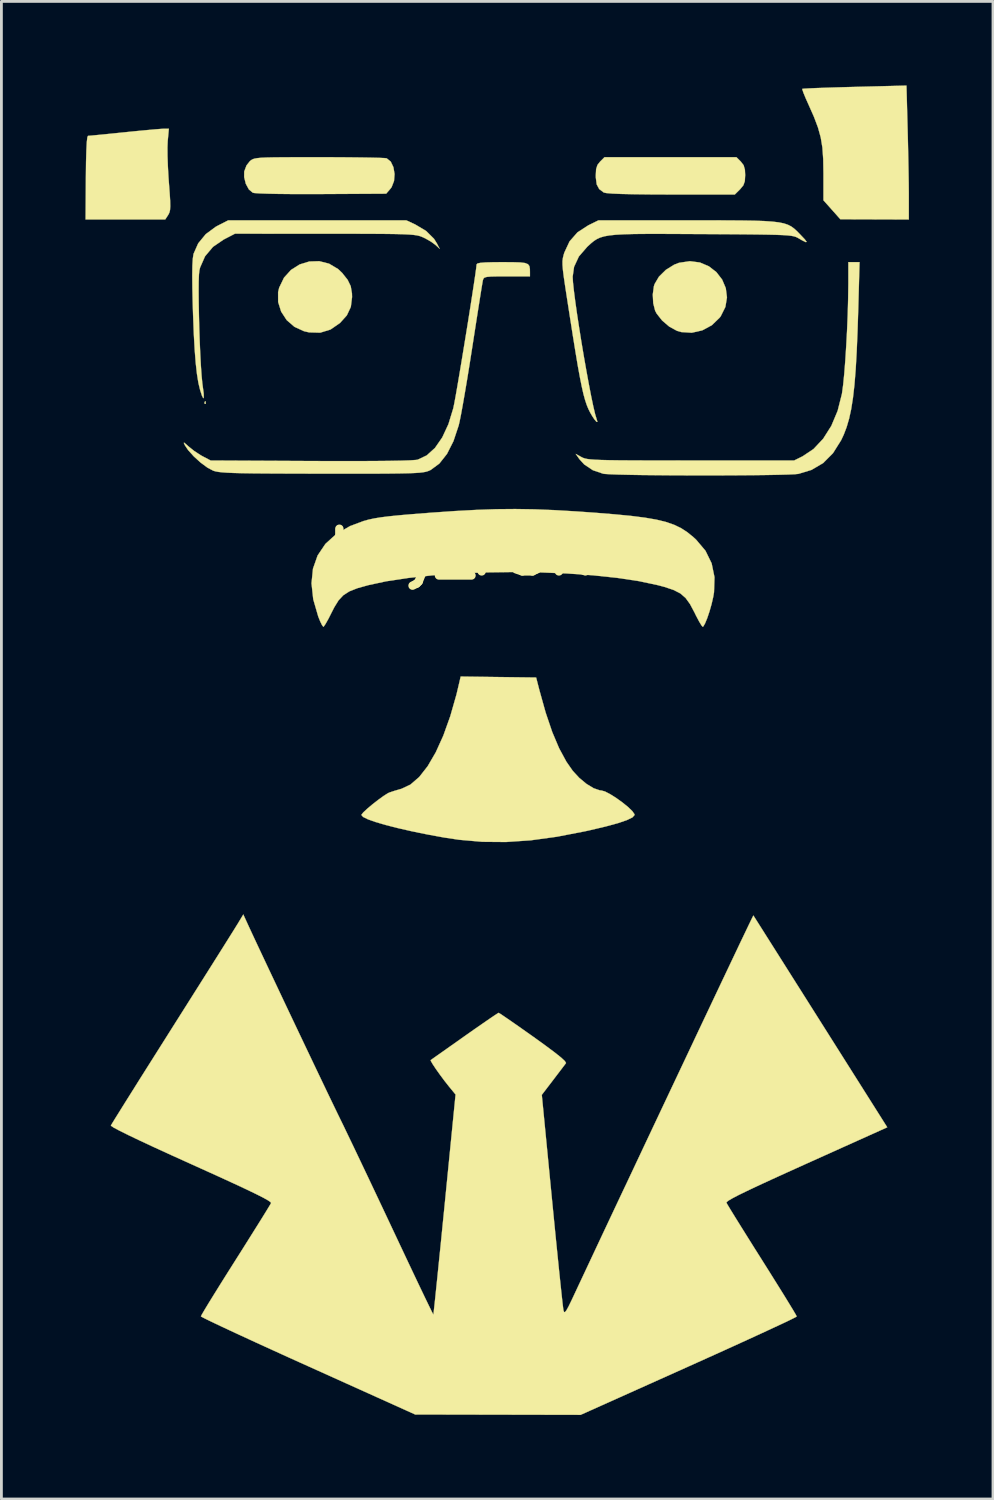
<source format=kicad_pcb>
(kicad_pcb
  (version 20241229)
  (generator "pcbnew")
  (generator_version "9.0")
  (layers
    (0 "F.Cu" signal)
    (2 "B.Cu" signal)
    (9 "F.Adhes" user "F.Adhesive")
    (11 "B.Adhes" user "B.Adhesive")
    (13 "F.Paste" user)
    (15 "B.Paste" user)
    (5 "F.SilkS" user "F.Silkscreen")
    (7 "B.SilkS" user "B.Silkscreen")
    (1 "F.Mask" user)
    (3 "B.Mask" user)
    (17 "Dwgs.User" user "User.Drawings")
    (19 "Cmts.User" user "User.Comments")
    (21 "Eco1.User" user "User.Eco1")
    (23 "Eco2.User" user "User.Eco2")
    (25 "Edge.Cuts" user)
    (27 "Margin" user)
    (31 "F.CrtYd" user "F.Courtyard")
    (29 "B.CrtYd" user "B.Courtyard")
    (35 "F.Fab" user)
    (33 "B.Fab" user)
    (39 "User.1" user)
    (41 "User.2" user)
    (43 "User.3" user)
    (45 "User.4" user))
  (footprint "boy_FSilk3"
    (layer "F.Cu")
    (at 14.725 16.659)
    (property "Reference" "boy_FSilk3" (at 0 0 0) (layer "F.SilkS") (effects (font (size 1.524 1.524) (thickness 0.3))))
    (attr through_hole)
    (fp_poly (pts (xy -10.435 -5.376) (xy -10.428 -5.301) (xy -10.435 -5.292) (xy -10.473 -5.3) (xy -10.477 -5.334) (xy -10.454 -5.386) (xy -10.435 -5.376)) (stroke (width 0.01) (type solid)) (fill yes) (layer "F.SilkS"))
    (fp_poly (pts (xy -6.027 -10.296) (xy -5.705 -10.104) (xy -5.561 -9.967) (xy -5.365 -9.72) (xy -5.255 -9.494) (xy -5.211 -9.237) (xy -5.207 -9.106) (xy -5.251 -8.753) (xy -5.393 -8.452) (xy -5.637 -8.18) (xy -5.978 -7.945) (xy -6.344 -7.833) (xy -6.742 -7.844) (xy -6.921 -7.885) (xy -7.263 -8.041) (xy -7.541 -8.282) (xy -7.739 -8.586) (xy -7.846 -8.927) (xy -7.847 -9.282) (xy -7.809 -9.441) (xy -7.636 -9.798) (xy -7.385 -10.075) (xy -7.078 -10.269) (xy -6.734 -10.374) (xy -6.377 -10.385) (xy -6.027 -10.296)) (stroke (width 0.01) (type solid)) (fill yes) (layer "F.SilkS"))
    (fp_poly (pts (xy 8.671 -13.941) (xy 8.771 -13.811) (xy 8.817 -13.65) (xy 8.826 -13.46) (xy 8.814 -13.243) (xy 8.762 -13.095) (xy 8.649 -12.958) (xy 8.641 -12.949) (xy 8.455 -12.764) (xy 6.18 -12.765) (xy 5.466 -12.768) (xy 4.877 -12.775) (xy 4.415 -12.785) (xy 4.077 -12.799) (xy 3.863 -12.818) (xy 3.778 -12.837) (xy 3.615 -12.96) (xy 3.526 -13.127) (xy 3.494 -13.373) (xy 3.493 -13.445) (xy 3.505 -13.671) (xy 3.553 -13.821) (xy 3.648 -13.941) (xy 3.804 -14.097) (xy 8.515 -14.097) (xy 8.671 -13.941)) (stroke (width 0.01) (type solid)) (fill yes) (layer "F.SilkS"))
    (fp_poly (pts (xy 7.212 -10.338) (xy 7.531 -10.202) (xy 7.799 -9.994) (xy 8.004 -9.729) (xy 8.134 -9.423) (xy 8.176 -9.092) (xy 8.12 -8.753) (xy 7.954 -8.42) (xy 7.918 -8.372) (xy 7.636 -8.099) (xy 7.294 -7.916) (xy 6.92 -7.831) (xy 6.544 -7.855) (xy 6.39 -7.9) (xy 6.118 -8.048) (xy 5.862 -8.267) (xy 5.666 -8.515) (xy 5.612 -8.618) (xy 5.544 -8.884) (xy 5.528 -9.197) (xy 5.567 -9.488) (xy 5.592 -9.568) (xy 5.749 -9.834) (xy 5.995 -10.076) (xy 6.292 -10.261) (xy 6.466 -10.328) (xy 6.853 -10.385) (xy 7.212 -10.338)) (stroke (width 0.01) (type solid)) (fill yes) (layer "F.SilkS"))
    (fp_poly (pts (xy 14.626 -15.074) (xy 14.638 -14.58) (xy 14.649 -14.076) (xy 14.658 -13.592) (xy 14.665 -13.16) (xy 14.668 -12.809) (xy 14.668 -12.684) (xy 14.668 -11.874) (xy 13.446 -11.878) (xy 12.224 -11.882) (xy 11.922 -12.221) (xy 11.62 -12.56) (xy 11.62 -13.528) (xy 11.612 -14.028) (xy 11.583 -14.441) (xy 11.523 -14.805) (xy 11.425 -15.158) (xy 11.281 -15.54) (xy 11.097 -15.955) (xy 10.989 -16.196) (xy 10.909 -16.389) (xy 10.867 -16.51) (xy 10.865 -16.536) (xy 10.932 -16.544) (xy 11.111 -16.554) (xy 11.384 -16.566) (xy 11.736 -16.578) (xy 12.151 -16.591) (xy 12.613 -16.604) (xy 12.737 -16.607) (xy 14.584 -16.654) (xy 14.626 -15.074)) (stroke (width 0.01) (type solid)) (fill yes) (layer "F.SilkS"))
    (fp_poly (pts (xy -11.788 -14.673) (xy -11.797 -14.451) (xy -11.795 -14.139) (xy -11.782 -13.77) (xy -11.76 -13.381) (xy -11.748 -13.214) (xy -11.719 -12.828) (xy -11.701 -12.547) (xy -11.697 -12.35) (xy -11.705 -12.216) (xy -11.727 -12.123) (xy -11.762 -12.051) (xy -11.772 -12.035) (xy -11.877 -11.874) (xy -14.72 -11.874) (xy -14.71 -13.366) (xy -14.704 -13.912) (xy -14.692 -14.335) (xy -14.677 -14.634) (xy -14.656 -14.809) (xy -14.634 -14.859) (xy -14.553 -14.865) (xy -14.366 -14.883) (xy -14.094 -14.909) (xy -13.757 -14.943) (xy -13.376 -14.982) (xy -13.335 -14.986) (xy -12.941 -15.026) (xy -12.581 -15.06) (xy -12.276 -15.088) (xy -12.051 -15.106) (xy -11.928 -15.113) (xy -11.924 -15.113) (xy -11.747 -15.113) (xy -11.788 -14.673)) (stroke (width 0.01) (type solid)) (fill yes) (layer "F.SilkS"))
    (fp_poly (pts (xy -5.851 -14.096) (xy -5.356 -14.093) (xy -4.914 -14.088) (xy -4.539 -14.082) (xy -4.247 -14.075) (xy -4.053 -14.066) (xy -3.972 -14.058) (xy -3.826 -13.94) (xy -3.731 -13.741) (xy -3.69 -13.498) (xy -3.709 -13.25) (xy -3.793 -13.033) (xy -3.836 -12.973) (xy -3.989 -12.795) (xy -6.297 -12.782) (xy -6.867 -12.781) (xy -7.386 -12.782) (xy -7.842 -12.787) (xy -8.219 -12.795) (xy -8.506 -12.805) (xy -8.69 -12.818) (xy -8.75 -12.829) (xy -8.891 -12.947) (xy -9 -13.147) (xy -9.059 -13.386) (xy -9.057 -13.586) (xy -8.976 -13.803) (xy -8.857 -13.954) (xy -8.812 -13.991) (xy -8.762 -14.021) (xy -8.696 -14.045) (xy -8.599 -14.063) (xy -8.458 -14.077) (xy -8.262 -14.086) (xy -7.996 -14.092) (xy -7.647 -14.095) (xy -7.203 -14.097) (xy -6.65 -14.097) (xy -6.383 -14.097) (xy -5.851 -14.096)) (stroke (width 0.01) (type solid)) (fill yes) (layer "F.SilkS"))
    (fp_poly (pts (xy 0.017 4.46) (xy 1.364 4.477) (xy 1.478 4.921) (xy 1.704 5.73) (xy 1.938 6.421) (xy 2.184 7.002) (xy 2.444 7.483) (xy 2.67 7.807) (xy 2.903 8.06) (xy 3.161 8.274) (xy 3.416 8.429) (xy 3.637 8.505) (xy 3.69 8.509) (xy 3.821 8.545) (xy 4.008 8.642) (xy 4.225 8.779) (xy 4.446 8.938) (xy 4.645 9.1) (xy 4.796 9.245) (xy 4.873 9.355) (xy 4.878 9.385) (xy 4.803 9.47) (xy 4.606 9.566) (xy 4.287 9.675) (xy 3.843 9.796) (xy 3.275 9.93) (xy 3.121 9.964) (xy 2.102 10.161) (xy 1.166 10.289) (xy 0.287 10.349) (xy -0.556 10.342) (xy -1.389 10.269) (xy -1.926 10.188) (xy -2.52 10.079) (xy -3.072 9.966) (xy -3.573 9.852) (xy -4.009 9.741) (xy -4.369 9.635) (xy -4.641 9.539) (xy -4.813 9.454) (xy -4.874 9.385) (xy -4.872 9.376) (xy -4.809 9.295) (xy -4.669 9.164) (xy -4.483 9.007) (xy -4.278 8.847) (xy -4.084 8.706) (xy -3.929 8.608) (xy -3.873 8.582) (xy -3.709 8.527) (xy -3.499 8.465) (xy -3.447 8.451) (xy -3.125 8.3) (xy -2.811 8.029) (xy -2.509 7.644) (xy -2.221 7.15) (xy -1.951 6.555) (xy -1.703 5.863) (xy -1.48 5.083) (xy -1.37 4.618) (xy -1.33 4.442) (xy 0.017 4.46)) (stroke (width 0.01) (type solid)) (fill yes) (layer "F.SilkS"))
    (fp_poly (pts (xy -2.953 -11.696) (xy -2.567 -11.467) (xy -2.282 -11.185) (xy -2.177 -11.017) (xy -2.079 -10.827) (xy -2.23 -10.966) (xy -2.382 -11.078) (xy -2.586 -11.195) (xy -2.667 -11.234) (xy -2.735 -11.263) (xy -2.809 -11.288) (xy -2.898 -11.308) (xy -3.015 -11.324) (xy -3.17 -11.337) (xy -3.376 -11.347) (xy -3.642 -11.354) (xy -3.981 -11.359) (xy -4.404 -11.362) (xy -4.921 -11.364) (xy -5.545 -11.365) (xy -6.17 -11.365) (xy -9.387 -11.367) (xy -9.789 -11.159) (xy -10.172 -10.897) (xy -10.455 -10.561) (xy -10.632 -10.159) (xy -10.657 -10.057) (xy -10.673 -9.906) (xy -10.682 -9.649) (xy -10.684 -9.307) (xy -10.681 -8.9) (xy -10.673 -8.451) (xy -10.661 -7.98) (xy -10.645 -7.507) (xy -10.625 -7.054) (xy -10.603 -6.641) (xy -10.578 -6.29) (xy -10.552 -6.022) (xy -10.539 -5.927) (xy -10.504 -5.668) (xy -10.499 -5.523) (xy -10.519 -5.492) (xy -10.565 -5.581) (xy -10.632 -5.788) (xy -10.693 -6.041) (xy -10.744 -6.358) (xy -10.788 -6.748) (xy -10.825 -7.225) (xy -10.857 -7.799) (xy -10.883 -8.483) (xy -10.895 -8.858) (xy -10.908 -9.429) (xy -10.912 -9.883) (xy -10.907 -10.229) (xy -10.892 -10.478) (xy -10.868 -10.638) (xy -10.865 -10.649) (xy -10.7 -11.021) (xy -10.43 -11.35) (xy -10.075 -11.613) (xy -10.003 -11.652) (xy -9.629 -11.843) (xy -3.27 -11.843) (xy -2.953 -11.696)) (stroke (width 0.01) (type solid)) (fill yes) (layer "F.SilkS"))
    (fp_poly (pts (xy 12.865 -8.747) (xy 12.838 -7.893) (xy 12.807 -7.153) (xy 12.771 -6.517) (xy 12.727 -5.972) (xy 12.674 -5.505) (xy 12.611 -5.106) (xy 12.536 -4.762) (xy 12.448 -4.462) (xy 12.345 -4.192) (xy 12.253 -3.996) (xy 11.962 -3.533) (xy 11.611 -3.18) (xy 11.193 -2.934) (xy 10.728 -2.793) (xy 10.593 -2.78) (xy 10.348 -2.769) (xy 10.006 -2.76) (xy 9.584 -2.752) (xy 9.097 -2.746) (xy 8.559 -2.742) (xy 7.987 -2.739) (xy 7.396 -2.738) (xy 6.801 -2.739) (xy 6.217 -2.741) (xy 5.66 -2.746) (xy 5.145 -2.751) (xy 4.687 -2.759) (xy 4.302 -2.768) (xy 4.006 -2.779) (xy 3.813 -2.791) (xy 3.758 -2.798) (xy 3.392 -2.922) (xy 3.081 -3.129) (xy 2.913 -3.313) (xy 2.777 -3.505) (xy 2.992 -3.387) (xy 3.043 -3.363) (xy 3.106 -3.342) (xy 3.191 -3.324) (xy 3.307 -3.31) (xy 3.466 -3.298) (xy 3.676 -3.289) (xy 3.949 -3.282) (xy 4.295 -3.277) (xy 4.723 -3.274) (xy 5.245 -3.272) (xy 5.869 -3.271) (xy 6.607 -3.27) (xy 6.89 -3.27) (xy 10.573 -3.27) (xy 10.871 -3.417) (xy 11.264 -3.679) (xy 11.61 -4.047) (xy 11.901 -4.506) (xy 12.127 -5.043) (xy 12.278 -5.641) (xy 12.285 -5.683) (xy 12.324 -5.972) (xy 12.363 -6.364) (xy 12.4 -6.833) (xy 12.433 -7.357) (xy 12.463 -7.909) (xy 12.486 -8.467) (xy 12.501 -9.005) (xy 12.508 -9.499) (xy 12.509 -9.573) (xy 12.509 -10.351) (xy 12.909 -10.351) (xy 12.865 -8.747)) (stroke (width 0.01) (type solid)) (fill yes) (layer "F.SilkS"))
    (fp_poly (pts (xy 1.307 -1.527) (xy 2.032 -1.498) (xy 2.825 -1.451) (xy 3.461 -1.406) (xy 4.165 -1.349) (xy 4.757 -1.292) (xy 5.251 -1.229) (xy 5.662 -1.158) (xy 6.004 -1.074) (xy 6.292 -0.974) (xy 6.54 -0.854) (xy 6.762 -0.709) (xy 6.975 -0.536) (xy 7.074 -0.445) (xy 7.41 -0.047) (xy 7.629 0.401) (xy 7.731 0.895) (xy 7.714 1.431) (xy 7.686 1.598) (xy 7.627 1.856) (xy 7.552 2.119) (xy 7.471 2.359) (xy 7.394 2.546) (xy 7.333 2.653) (xy 7.311 2.667) (xy 7.264 2.614) (xy 7.179 2.471) (xy 7.07 2.265) (xy 7.014 2.15) (xy 6.857 1.855) (xy 6.699 1.637) (xy 6.512 1.475) (xy 6.269 1.351) (xy 5.943 1.242) (xy 5.71 1.18) (xy 5.033 1.036) (xy 4.252 0.919) (xy 3.389 0.828) (xy 2.464 0.763) (xy 1.499 0.724) (xy 0.512 0.712) (xy -0.473 0.725) (xy -1.437 0.765) (xy -2.359 0.832) (xy -3.218 0.925) (xy -3.994 1.043) (xy -4.63 1.18) (xy -5.016 1.288) (xy -5.302 1.401) (xy -5.518 1.539) (xy -5.689 1.722) (xy -5.843 1.971) (xy -5.934 2.15) (xy -6.049 2.378) (xy -6.148 2.555) (xy -6.215 2.654) (xy -6.231 2.667) (xy -6.276 2.612) (xy -6.346 2.47) (xy -6.414 2.302) (xy -6.593 1.685) (xy -6.655 1.113) (xy -6.602 0.59) (xy -6.436 0.119) (xy -6.158 -0.294) (xy -5.772 -0.645) (xy -5.279 -0.929) (xy -4.794 -1.111) (xy -4.615 -1.16) (xy -4.414 -1.203) (xy -4.173 -1.242) (xy -3.875 -1.279) (xy -3.505 -1.316) (xy -3.043 -1.356) (xy -2.473 -1.4) (xy -2.413 -1.405) (xy -1.547 -1.465) (xy -0.775 -1.507) (xy -0.063 -1.532) (xy 0.62 -1.538) (xy 1.307 -1.527)) (stroke (width 0.01) (type solid)) (fill yes) (layer "F.SilkS"))
    (fp_poly (pts (xy 7.521 -11.843) (xy 8.163 -11.842) (xy 8.7 -11.838) (xy 9.144 -11.831) (xy 9.505 -11.818) (xy 9.796 -11.798) (xy 10.026 -11.771) (xy 10.208 -11.734) (xy 10.351 -11.686) (xy 10.469 -11.626) (xy 10.571 -11.552) (xy 10.669 -11.463) (xy 10.773 -11.357) (xy 10.795 -11.334) (xy 10.956 -11.164) (xy 11.021 -11.076) (xy 10.99 -11.065) (xy 10.861 -11.128) (xy 10.751 -11.192) (xy 10.695 -11.224) (xy 10.637 -11.251) (xy 10.566 -11.273) (xy 10.471 -11.291) (xy 10.342 -11.306) (xy 10.166 -11.317) (xy 9.932 -11.326) (xy 9.631 -11.333) (xy 9.251 -11.339) (xy 8.78 -11.344) (xy 8.208 -11.348) (xy 7.523 -11.352) (xy 7.271 -11.353) (xy 6.509 -11.357) (xy 5.864 -11.36) (xy 5.323 -11.36) (xy 4.875 -11.356) (xy 4.51 -11.346) (xy 4.217 -11.33) (xy 3.983 -11.306) (xy 3.799 -11.273) (xy 3.652 -11.23) (xy 3.532 -11.175) (xy 3.427 -11.107) (xy 3.327 -11.026) (xy 3.22 -10.929) (xy 3.185 -10.896) (xy 2.89 -10.554) (xy 2.718 -10.184) (xy 2.668 -9.832) (xy 2.679 -9.633) (xy 2.711 -9.334) (xy 2.76 -8.952) (xy 2.823 -8.507) (xy 2.898 -8.018) (xy 2.98 -7.503) (xy 3.068 -6.98) (xy 3.158 -6.47) (xy 3.246 -5.991) (xy 3.329 -5.561) (xy 3.405 -5.199) (xy 3.47 -4.924) (xy 3.521 -4.754) (xy 3.524 -4.747) (xy 3.552 -4.649) (xy 3.521 -4.649) (xy 3.446 -4.736) (xy 3.369 -4.851) (xy 3.296 -4.976) (xy 3.23 -5.107) (xy 3.169 -5.255) (xy 3.111 -5.431) (xy 3.052 -5.646) (xy 2.992 -5.911) (xy 2.927 -6.237) (xy 2.854 -6.635) (xy 2.773 -7.117) (xy 2.68 -7.693) (xy 2.573 -8.374) (xy 2.47 -9.037) (xy 2.402 -9.478) (xy 2.353 -9.814) (xy 2.321 -10.064) (xy 2.306 -10.249) (xy 2.305 -10.387) (xy 2.319 -10.5) (xy 2.345 -10.607) (xy 2.369 -10.688) (xy 2.557 -11.092) (xy 2.841 -11.416) (xy 3.224 -11.664) (xy 3.588 -11.843) (xy 6.763 -11.843) (xy 7.521 -11.843)) (stroke (width 0.01) (type solid)) (fill yes) (layer "F.SilkS"))
    (fp_poly (pts (xy 0.526 -10.349) (xy 0.792 -10.341) (xy 0.968 -10.32) (xy 1.072 -10.278) (xy 1.124 -10.209) (xy 1.141 -10.107) (xy 1.143 -9.996) (xy 1.143 -9.842) (xy 0.319 -9.842) (xy -0.018 -9.842) (xy -0.249 -9.837) (xy -0.395 -9.824) (xy -0.478 -9.8) (xy -0.518 -9.761) (xy -0.537 -9.705) (xy -0.538 -9.7) (xy -0.555 -9.606) (xy -0.589 -9.401) (xy -0.637 -9.101) (xy -0.697 -8.721) (xy -0.767 -8.276) (xy -0.844 -7.781) (xy -0.923 -7.271) (xy -1.009 -6.724) (xy -1.094 -6.198) (xy -1.176 -5.711) (xy -1.251 -5.28) (xy -1.316 -4.923) (xy -1.369 -4.659) (xy -1.401 -4.521) (xy -1.588 -3.96) (xy -1.819 -3.505) (xy -2.09 -3.162) (xy -2.397 -2.935) (xy -2.442 -2.913) (xy -2.504 -2.888) (xy -2.576 -2.867) (xy -2.67 -2.85) (xy -2.796 -2.835) (xy -2.965 -2.824) (xy -3.186 -2.815) (xy -3.471 -2.809) (xy -3.83 -2.804) (xy -4.273 -2.801) (xy -4.81 -2.8) (xy -5.453 -2.8) (xy -6.211 -2.8) (xy -6.287 -2.8) (xy -7.068 -2.802) (xy -7.733 -2.804) (xy -8.291 -2.807) (xy -8.754 -2.811) (xy -9.13 -2.817) (xy -9.43 -2.825) (xy -9.665 -2.835) (xy -9.845 -2.848) (xy -9.98 -2.863) (xy -10.081 -2.882) (xy -10.156 -2.904) (xy -10.158 -2.904) (xy -10.369 -3.015) (xy -10.615 -3.197) (xy -10.858 -3.418) (xy -11.061 -3.644) (xy -11.174 -3.812) (xy -11.214 -3.898) (xy -11.197 -3.906) (xy -11.109 -3.831) (xy -11.041 -3.769) (xy -10.846 -3.613) (xy -10.616 -3.462) (xy -10.541 -3.42) (xy -10.255 -3.27) (xy -6.682 -3.252) (xy -5.83 -3.249) (xy -5.076 -3.249) (xy -4.424 -3.252) (xy -3.879 -3.257) (xy -3.446 -3.265) (xy -3.127 -3.276) (xy -2.929 -3.29) (xy -2.868 -3.299) (xy -2.544 -3.451) (xy -2.248 -3.718) (xy -1.988 -4.093) (xy -1.768 -4.566) (xy -1.596 -5.127) (xy -1.588 -5.162) (xy -1.557 -5.314) (xy -1.51 -5.568) (xy -1.451 -5.905) (xy -1.382 -6.309) (xy -1.306 -6.763) (xy -1.226 -7.249) (xy -1.144 -7.75) (xy -1.063 -8.25) (xy -0.987 -8.731) (xy -0.918 -9.176) (xy -0.858 -9.568) (xy -0.81 -9.89) (xy -0.777 -10.125) (xy -0.763 -10.256) (xy -0.762 -10.269) (xy -0.731 -10.303) (xy -0.629 -10.326) (xy -0.441 -10.341) (xy -0.153 -10.349) (xy 0.152 -10.351) (xy 0.526 -10.349)) (stroke (width 0.01) (type solid)) (fill yes) (layer "F.SilkS"))
    (fp_poly (pts (xy -8.904 13.342) (xy -8.784 13.601) (xy -8.618 13.956) (xy -8.414 14.39) (xy -8.179 14.889) (xy -7.92 15.437) (xy -7.645 16.02) (xy -7.36 16.621) (xy -7.073 17.225) (xy -6.791 17.818) (xy -6.522 18.383) (xy -6.272 18.906) (xy -6.05 19.371) (xy -5.861 19.763) (xy -5.714 20.067) (xy -5.637 20.225) (xy -5.516 20.473) (xy -5.349 20.821) (xy -5.142 21.252) (xy -4.904 21.752) (xy -4.641 22.305) (xy -4.362 22.895) (xy -4.073 23.507) (xy -3.782 24.125) (xy -3.744 24.206) (xy -3.472 24.783) (xy -3.217 25.324) (xy -2.983 25.818) (xy -2.776 26.254) (xy -2.6 26.621) (xy -2.46 26.91) (xy -2.363 27.109) (xy -2.311 27.209) (xy -2.305 27.218) (xy -2.296 27.154) (xy -2.276 26.974) (xy -2.245 26.689) (xy -2.206 26.31) (xy -2.158 25.848) (xy -2.104 25.314) (xy -2.043 24.718) (xy -1.979 24.072) (xy -1.91 23.385) (xy -1.9 23.282) (xy -1.512 19.363) (xy -1.749 19.075) (xy -1.905 18.877) (xy -2.065 18.662) (xy -2.211 18.457) (xy -2.326 18.284) (xy -2.393 18.169) (xy -2.402 18.135) (xy -2.346 18.096) (xy -2.202 17.994) (xy -1.983 17.84) (xy -1.706 17.644) (xy -1.384 17.417) (xy -1.195 17.283) (xy -0.855 17.044) (xy -0.549 16.832) (xy -0.294 16.656) (xy -0.105 16.528) (xy 0.005 16.457) (xy 0.025 16.447) (xy 0.085 16.482) (xy 0.232 16.581) (xy 0.454 16.733) (xy 0.734 16.928) (xy 1.058 17.157) (xy 1.272 17.308) (xy 1.7 17.617) (xy 2.026 17.86) (xy 2.254 18.042) (xy 2.387 18.166) (xy 2.431 18.235) (xy 2.428 18.245) (xy 2.367 18.325) (xy 2.249 18.48) (xy 2.091 18.687) (xy 1.969 18.848) (xy 1.566 19.375) (xy 1.932 23.134) (xy 1.999 23.816) (xy 2.063 24.465) (xy 2.124 25.068) (xy 2.179 25.613) (xy 2.229 26.09) (xy 2.271 26.485) (xy 2.304 26.788) (xy 2.328 26.987) (xy 2.34 27.068) (xy 2.362 27.127) (xy 2.393 27.131) (xy 2.444 27.069) (xy 2.522 26.928) (xy 2.636 26.693) (xy 2.758 26.433) (xy 2.859 26.216) (xy 3.008 25.899) (xy 3.197 25.496) (xy 3.42 25.021) (xy 3.669 24.49) (xy 3.939 23.916) (xy 4.222 23.315) (xy 4.512 22.7) (xy 4.587 22.543) (xy 5.209 21.222) (xy 5.779 20.014) (xy 6.299 18.913) (xy 6.769 17.918) (xy 7.19 17.025) (xy 7.566 16.231) (xy 7.897 15.531) (xy 8.185 14.924) (xy 8.431 14.406) (xy 8.636 13.973) (xy 8.804 13.622) (xy 8.934 13.35) (xy 9.028 13.155) (xy 9.089 13.031) (xy 9.117 12.977) (xy 9.12 12.974) (xy 9.155 13.028) (xy 9.252 13.181) (xy 9.406 13.424) (xy 9.611 13.749) (xy 9.863 14.147) (xy 10.155 14.609) (xy 10.482 15.127) (xy 10.839 15.691) (xy 11.221 16.295) (xy 11.514 16.759) (xy 13.898 20.533) (xy 11.01 21.833) (xy 10.322 22.144) (xy 9.743 22.408) (xy 9.266 22.628) (xy 8.885 22.809) (xy 8.591 22.952) (xy 8.379 23.063) (xy 8.241 23.143) (xy 8.17 23.198) (xy 8.158 23.226) (xy 8.199 23.3) (xy 8.3 23.468) (xy 8.454 23.718) (xy 8.652 24.037) (xy 8.887 24.413) (xy 9.15 24.833) (xy 9.431 25.278) (xy 9.713 25.726) (xy 9.973 26.142) (xy 10.203 26.511) (xy 10.394 26.823) (xy 10.541 27.064) (xy 10.634 27.222) (xy 10.666 27.286) (xy 10.666 27.286) (xy 10.61 27.32) (xy 10.447 27.401) (xy 10.187 27.526) (xy 9.839 27.688) (xy 9.414 27.885) (xy 8.92 28.112) (xy 8.368 28.364) (xy 7.766 28.637) (xy 7.124 28.926) (xy 6.809 29.068) (xy 2.953 30.798) (xy -2.953 30.786) (xy -6.777 29.061) (xy -7.431 28.766) (xy -8.05 28.484) (xy -8.624 28.222) (xy -9.144 27.982) (xy -9.599 27.771) (xy -9.982 27.591) (xy -10.281 27.449) (xy -10.487 27.347) (xy -10.592 27.291) (xy -10.603 27.282) (xy -10.57 27.217) (xy -10.477 27.058) (xy -10.331 26.816) (xy -10.139 26.505) (xy -9.909 26.135) (xy -9.649 25.72) (xy -9.368 25.276) (xy -9.084 24.827) (xy -8.821 24.408) (xy -8.587 24.035) (xy -8.389 23.718) (xy -8.237 23.471) (xy -8.137 23.306) (xy -8.098 23.236) (xy -8.122 23.2) (xy -8.215 23.137) (xy -8.383 23.043) (xy -8.632 22.917) (xy -8.97 22.754) (xy -9.402 22.552) (xy -9.935 22.307) (xy -10.575 22.017) (xy -10.955 21.845) (xy -11.654 21.529) (xy -12.263 21.25) (xy -12.778 21.01) (xy -13.194 20.811) (xy -13.508 20.655) (xy -13.715 20.545) (xy -13.81 20.481) (xy -13.817 20.47) (xy -13.778 20.404) (xy -13.678 20.24) (xy -13.521 19.988) (xy -13.314 19.656) (xy -13.062 19.255) (xy -12.772 18.792) (xy -12.448 18.279) (xy -12.097 17.723) (xy -11.725 17.134) (xy -11.645 17.007) (xy -11.263 16.403) (xy -10.897 15.823) (xy -10.552 15.277) (xy -10.235 14.775) (xy -9.953 14.327) (xy -9.712 13.944) (xy -9.519 13.636) (xy -9.38 13.414) (xy -9.302 13.287) (xy -9.296 13.279) (xy -9.09 12.936) (xy -8.904 13.342)) (stroke (width 0.01) (type solid)) (fill yes) (layer "F.SilkS")))
  (gr_rect
    (start -3 -3)
    (end 32.398 50.462)
    (stroke (width 0.1) (type default))
    (fill no)
    (layer "Edge.Cuts")))
</source>
